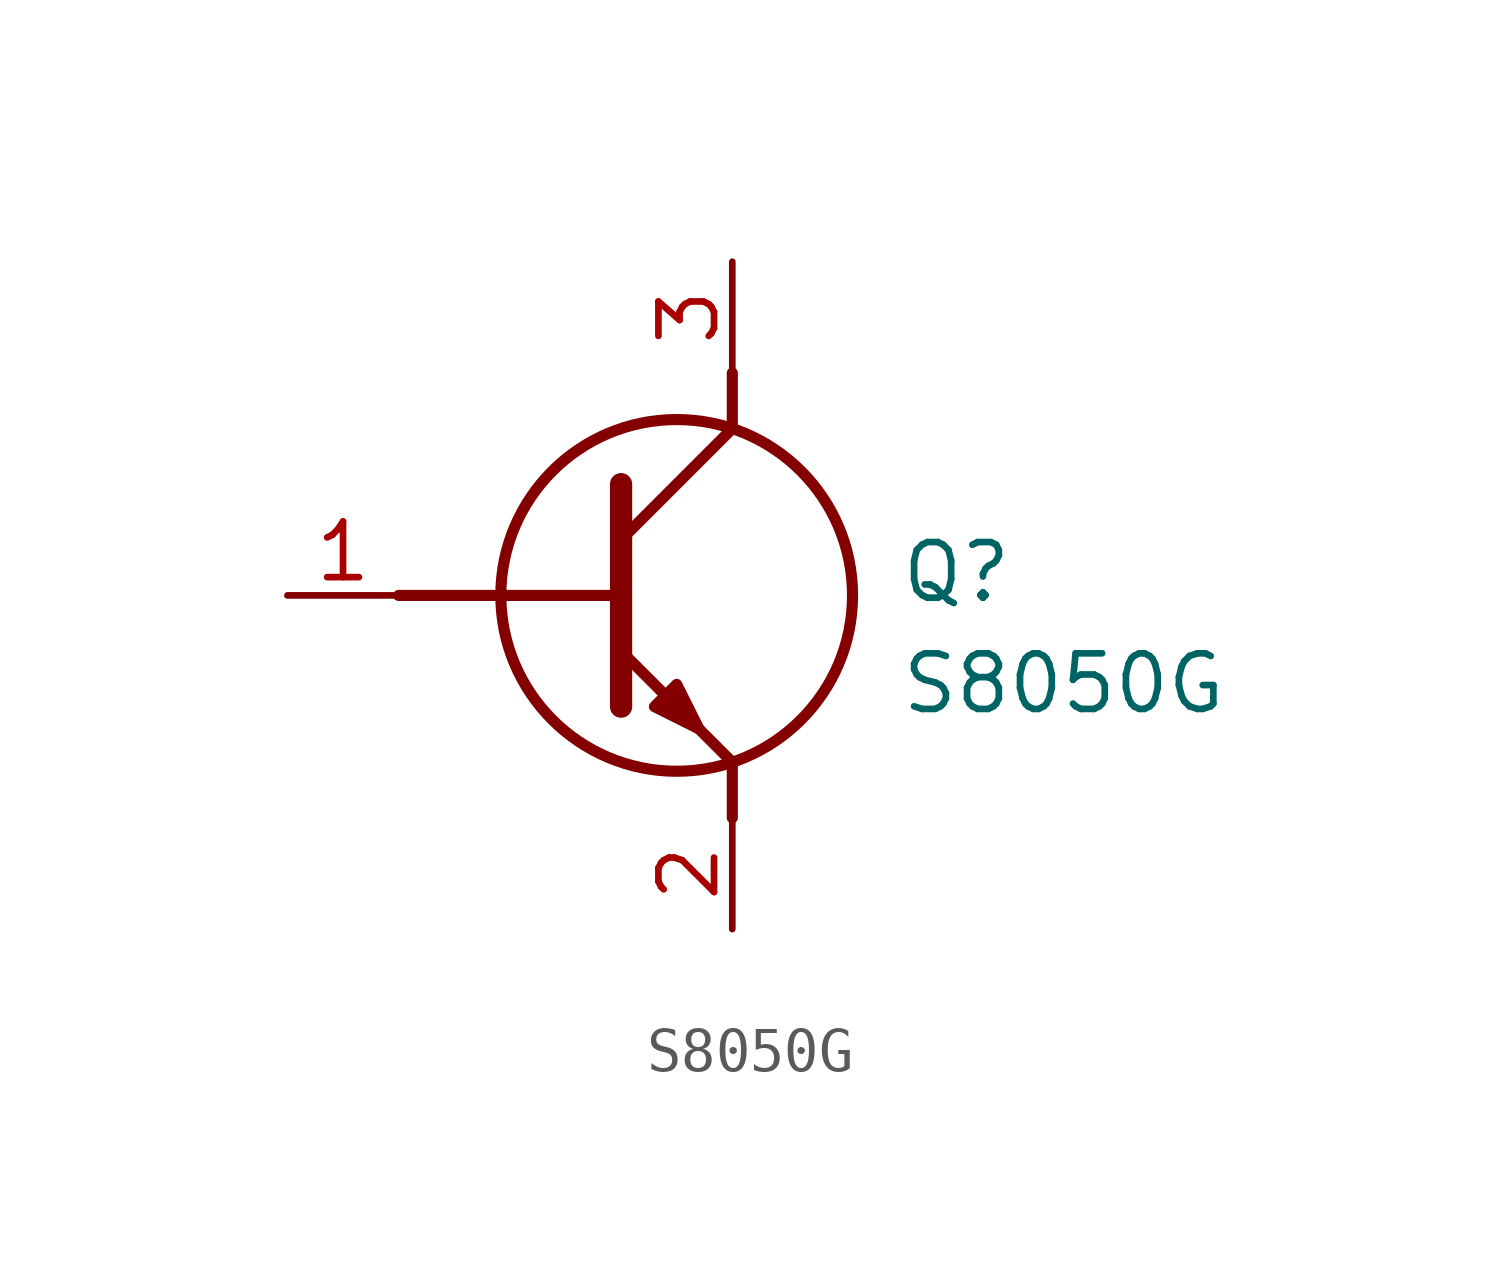
<source format=kicad_sym>
(kicad_symbol_lib
  (version 20211014)
  (generator SamacSys_ECAD_Model)
  (symbol "S8050G"
    (pin_names hide)
    (property "Reference" "Q"
      (at 13.97 1.27 0)
      (effects (font (size 1.27 1.27)) (justify left top)))
    (property "Value" "S8050G"
      (at 13.97 -1.27 0)
      (effects (font (size 1.27 1.27)) (justify left top)))
    (polyline
      (pts (xy 7.62 2.54) (xy 7.62 -2.54))
      (stroke (width 0.508) (type default))
      (fill (type none)))
    (polyline
      (pts (xy 7.62 1.27) (xy 10.16 3.81))
      (stroke (width 0.254) (type default))
      (fill (type none)))
    (polyline
      (pts (xy 7.62 -1.27) (xy 10.16 -3.81))
      (stroke (width 0.254) (type default))
      (fill (type none)))
    (polyline
      (pts (xy 10.16 -3.81) (xy 10.16 -5.08))
      (stroke (width 0.254) (type default))
      (fill (type none)))
    (polyline
      (pts (xy 10.16 3.81) (xy 10.16 5.08))
      (stroke (width 0.254) (type default))
      (fill (type none)))
    (polyline
      (pts (xy 2.54 0) (xy 7.62 0))
      (stroke (width 0.254) (type default))
      (fill (type none)))
    (circle
      (center 8.89 0)
      (radius 4.016)
      (stroke (width 0.254) (type default))
      (fill (type none)))
    (polyline
      (pts (xy 8.382 -2.54) (xy 8.89 -2.032) (xy 9.398 -3.048) (xy 8.382 -2.54))
      (stroke (width 0.254) (type default))
      (fill (type outline)))
    (pin passive line
      (at 0 0 0)
      (length 2.54)
      (name "B" (effects (font (size 1.27 1.27))))
      (number "1" (effects (font (size 1.27 1.27)))))
    (pin passive line
      (at 10.16 -7.62 90)
      (length 2.54)
      (name "E" (effects (font (size 1.27 1.27))))
      (number "2" (effects (font (size 1.27 1.27)))))
    (pin passive line
      (at 10.16 7.62 270)
      (length 2.54)
      (name "C" (effects (font (size 1.27 1.27))))
      (number "3" (effects (font (size 1.27 1.27)))))))
</source>
